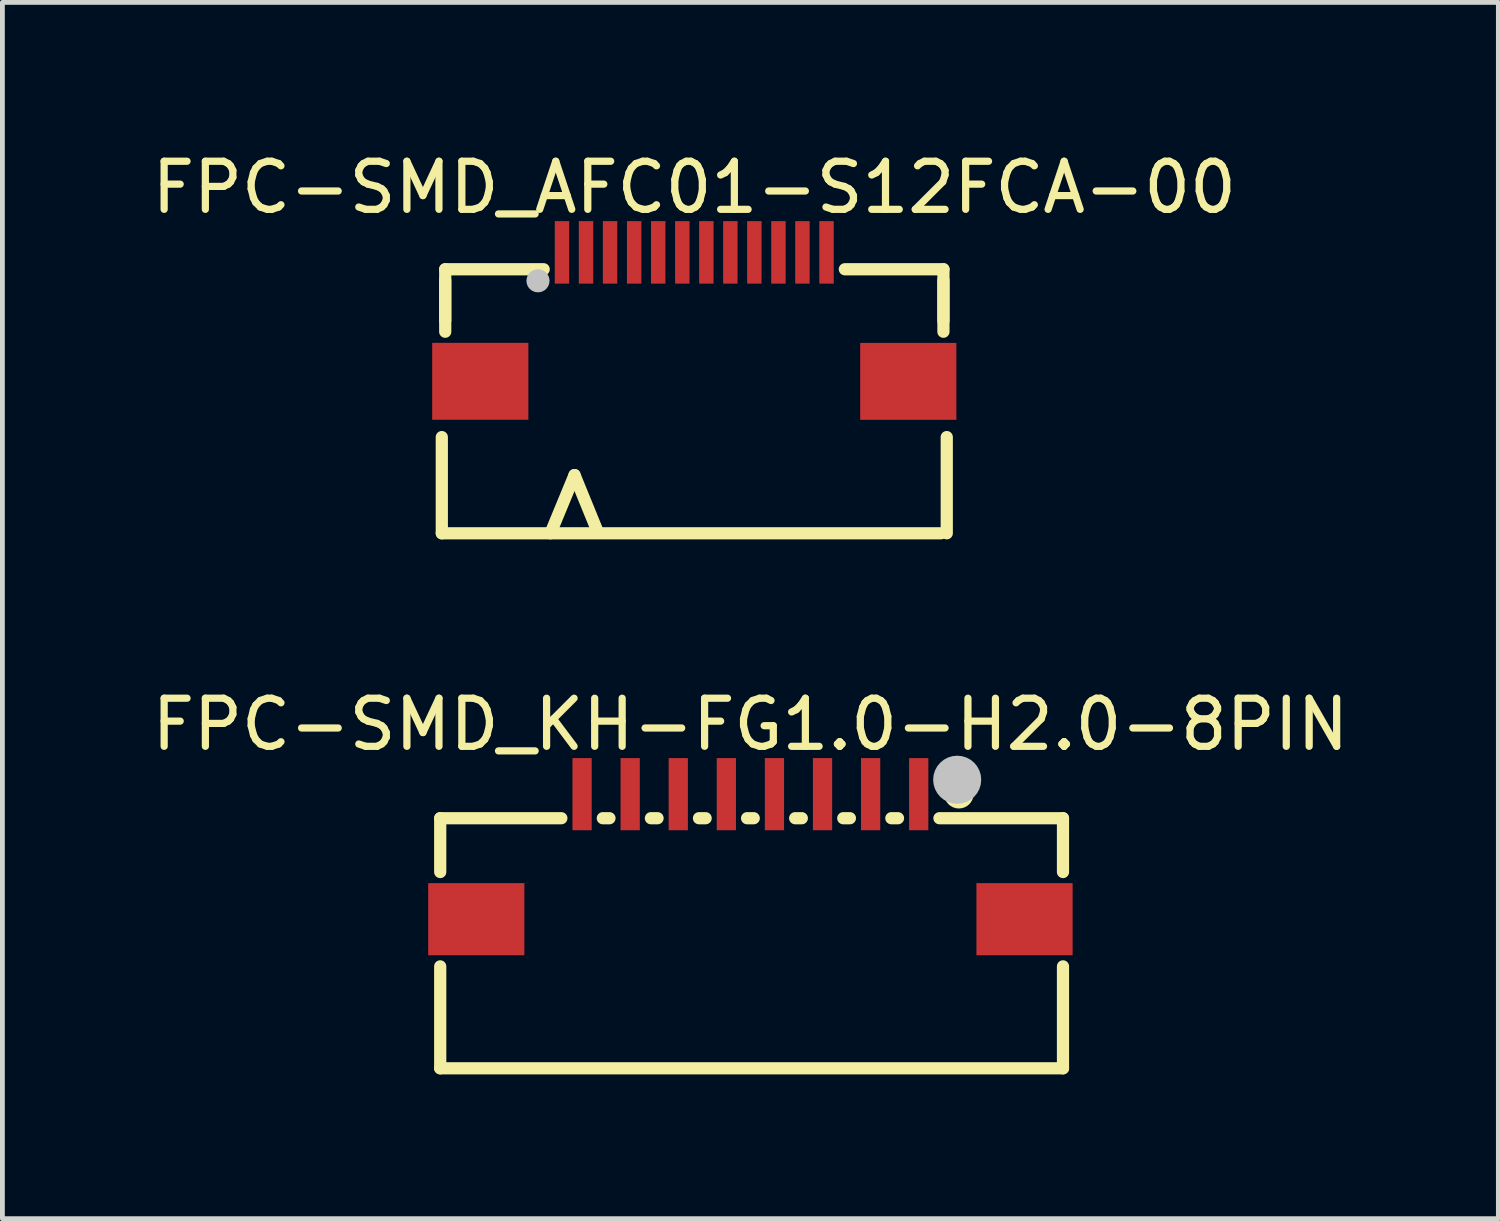
<source format=kicad_pcb>
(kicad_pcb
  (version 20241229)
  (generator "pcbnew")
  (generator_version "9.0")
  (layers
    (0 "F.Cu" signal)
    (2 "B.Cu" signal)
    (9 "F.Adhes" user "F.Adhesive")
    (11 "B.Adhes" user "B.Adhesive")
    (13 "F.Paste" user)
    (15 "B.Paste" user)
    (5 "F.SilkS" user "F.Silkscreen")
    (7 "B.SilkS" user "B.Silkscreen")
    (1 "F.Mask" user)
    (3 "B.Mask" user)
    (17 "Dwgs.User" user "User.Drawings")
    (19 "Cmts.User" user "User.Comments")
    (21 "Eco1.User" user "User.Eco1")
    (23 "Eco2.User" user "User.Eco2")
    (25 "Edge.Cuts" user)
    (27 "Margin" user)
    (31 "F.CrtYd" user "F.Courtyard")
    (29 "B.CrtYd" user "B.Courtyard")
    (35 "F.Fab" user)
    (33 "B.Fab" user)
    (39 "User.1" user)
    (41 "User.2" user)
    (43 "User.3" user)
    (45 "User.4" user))
  (footprint "FPC-SMD_AFC01-S12FCA-00"
    (layer "F.Cu")
    (at 11.387 3.539)
    (property "Reference" "FPC-SMD_AFC01-S12FCA-00" (at 0 -2.691 0) (unlocked yes) (layer "F.SilkS") (effects (font (size 1 1) (thickness 0.15))))
    (fp_line (start -5.25 2.5) (end -5.25 4.5) (stroke (width 0.254) (type default)) (layer "F.SilkS"))
    (fp_line (start -5.25 4.5) (end 5.13 4.5) (stroke (width 0.254) (type default)) (layer "F.SilkS"))
    (fp_line (start -5.179 -0.99) (end -5.179 0.08) (stroke (width 0.254) (type default)) (layer "F.SilkS"))
    (fp_line (start -5.179 -0.99) (end -3.132 -0.99) (stroke (width 0.254) (type default)) (layer "F.SilkS"))
    (fp_line (start -5.179 -0.76) (end -5.179 0.309) (stroke (width 0.254) (type default)) (layer "F.SilkS"))
    (fp_line (start -2.49 3.29) (end -2.99 4.5) (stroke (width 0.254) (type default)) (layer "F.SilkS"))
    (fp_line (start -2 4.49) (end -2.49 3.29) (stroke (width 0.254) (type default)) (layer "F.SilkS"))
    (fp_line (start 3.131 -0.99) (end 5.181 -0.99) (stroke (width 0.254) (type default)) (layer "F.SilkS"))
    (fp_line (start 5.181 -0.99) (end 5.181 0.08) (stroke (width 0.254) (type default)) (layer "F.SilkS"))
    (fp_line (start 5.181 -0.76) (end 5.181 0.309) (stroke (width 0.254) (type default)) (layer "F.SilkS"))
    (fp_line (start 5.25 2.5) (end 5.25 4.5) (stroke (width 0.254) (type default)) (layer "F.SilkS"))
    (fp_circle (center -3.25 -0.75) (end -3.13 -0.75) (stroke (width 0.24) (type default)) (fill no) (layer "Dwgs.User"))
    (fp_poly (pts (xy -5.2 0.84) (xy -3.7 0.84) (xy -3.7 1.84) (xy -5.2 1.84)) (stroke (width 0.1) (type default)) (fill no) (layer "User.1"))
    (fp_poly (pts (xy -2.85 -0.99) (xy -2.85 -1.69) (xy -2.651 -1.69) (xy -2.651 -0.99)) (stroke (width 0.1) (type default)) (fill no) (layer "User.1"))
    (fp_poly (pts (xy -2.85 -0.98) (xy -2.85 -1) (xy -2.651 -1) (xy -2.651 -0.98)) (stroke (width 0.1) (type default)) (fill no) (layer "User.1"))
    (fp_poly (pts (xy -2.351 -0.99) (xy -2.351 -1.69) (xy -2.151 -1.69) (xy -2.151 -0.99)) (stroke (width 0.1) (type default)) (fill no) (layer "User.1"))
    (fp_poly (pts (xy -2.351 -0.98) (xy -2.351 -1) (xy -2.151 -1) (xy -2.151 -0.98)) (stroke (width 0.1) (type default)) (fill no) (layer "User.1"))
    (fp_poly (pts (xy -1.851 -0.99) (xy -1.851 -1.69) (xy -1.651 -1.69) (xy -1.651 -0.99)) (stroke (width 0.1) (type default)) (fill no) (layer "User.1"))
    (fp_poly (pts (xy -1.851 -0.98) (xy -1.851 -1) (xy -1.651 -1) (xy -1.651 -0.98)) (stroke (width 0.1) (type default)) (fill no) (layer "User.1"))
    (fp_poly (pts (xy -1.351 -0.99) (xy -1.351 -1.69) (xy -1.151 -1.69) (xy -1.151 -0.99)) (stroke (width 0.1) (type default)) (fill no) (layer "User.1"))
    (fp_poly (pts (xy -1.351 -0.98) (xy -1.351 -1) (xy -1.151 -1) (xy -1.151 -0.98)) (stroke (width 0.1) (type default)) (fill no) (layer "User.1"))
    (fp_poly (pts (xy -0.85 -0.99) (xy -0.85 -1.69) (xy -0.65 -1.69) (xy -0.65 -0.99)) (stroke (width 0.1) (type default)) (fill no) (layer "User.1"))
    (fp_poly (pts (xy -0.85 -0.98) (xy -0.85 -1) (xy -0.65 -1) (xy -0.65 -0.98)) (stroke (width 0.1) (type default)) (fill no) (layer "User.1"))
    (fp_poly (pts (xy -0.349 -0.99) (xy -0.349 -1.69) (xy -0.149 -1.69) (xy -0.149 -0.99)) (stroke (width 0.1) (type default)) (fill no) (layer "User.1"))
    (fp_poly (pts (xy -0.349 -0.98) (xy -0.349 -1) (xy -0.149 -1) (xy -0.149 -0.98)) (stroke (width 0.1) (type default)) (fill no) (layer "User.1"))
    (fp_poly (pts (xy 0.15 -0.99) (xy 0.15 -1.69) (xy 0.35 -1.69) (xy 0.35 -0.99)) (stroke (width 0.1) (type default)) (fill no) (layer "User.1"))
    (fp_poly (pts (xy 0.15 -0.98) (xy 0.15 -1) (xy 0.35 -1) (xy 0.35 -0.98)) (stroke (width 0.1) (type default)) (fill no) (layer "User.1"))
    (fp_poly (pts (xy 0.65 -0.99) (xy 0.65 -1.69) (xy 0.85 -1.69) (xy 0.85 -0.99)) (stroke (width 0.1) (type default)) (fill no) (layer "User.1"))
    (fp_poly (pts (xy 0.65 -0.98) (xy 0.65 -1) (xy 0.85 -1) (xy 0.85 -0.98)) (stroke (width 0.1) (type default)) (fill no) (layer "User.1"))
    (fp_poly (pts (xy 1.149 -0.99) (xy 1.149 -1.69) (xy 1.349 -1.69) (xy 1.349 -0.99)) (stroke (width 0.1) (type default)) (fill no) (layer "User.1"))
    (fp_poly (pts (xy 1.149 -0.98) (xy 1.149 -1) (xy 1.349 -1) (xy 1.349 -0.98)) (stroke (width 0.1) (type default)) (fill no) (layer "User.1"))
    (fp_poly (pts (xy 1.649 -0.99) (xy 1.649 -1.69) (xy 1.849 -1.69) (xy 1.849 -0.99)) (stroke (width 0.1) (type default)) (fill no) (layer "User.1"))
    (fp_poly (pts (xy 1.649 -0.98) (xy 1.649 -1) (xy 1.849 -1) (xy 1.849 -0.98)) (stroke (width 0.1) (type default)) (fill no) (layer "User.1"))
    (fp_poly (pts (xy 2.15 -0.99) (xy 2.15 -1.69) (xy 2.349 -1.69) (xy 2.349 -0.99)) (stroke (width 0.1) (type default)) (fill no) (layer "User.1"))
    (fp_poly (pts (xy 2.15 -0.98) (xy 2.15 -1) (xy 2.349 -1) (xy 2.349 -0.98)) (stroke (width 0.1) (type default)) (fill no) (layer "User.1"))
    (fp_poly (pts (xy 2.65 -0.99) (xy 2.65 -1.69) (xy 2.85 -1.69) (xy 2.85 -0.99)) (stroke (width 0.1) (type default)) (fill no) (layer "User.1"))
    (fp_poly (pts (xy 2.65 -0.98) (xy 2.65 -1) (xy 2.85 -1) (xy 2.85 -0.98)) (stroke (width 0.1) (type default)) (fill no) (layer "User.1"))
    (fp_poly (pts (xy 5.2 1.841) (xy 3.7 1.841) (xy 3.7 0.841) (xy 5.2 0.841)) (stroke (width 0.1) (type default)) (fill no) (layer "User.1"))
    (fp_line (start -5.2 -0.99) (end 5.2 -0.99) (stroke (width 0.051) (type default)) (layer "User.2"))
    (fp_line (start -5.2 4.41) (end -5.2 -0.99) (stroke (width 0.051) (type default)) (layer "User.2"))
    (fp_line (start 5.2 -0.99) (end 5.2 4.41) (stroke (width 0.051) (type default)) (layer "User.2"))
    (fp_line (start 5.2 4.41) (end -5.2 4.41) (stroke (width 0.051) (type default)) (layer "User.2"))
    (fp_poly (pts (xy -5.14 -1.69) (xy -5.158 -1.732) (xy -5.2 -1.75) (xy -5.242 -1.732) (xy -5.26 -1.69) (xy -5.242 -1.648) (xy -5.2 -1.63) (xy -5.158 -1.648)) (stroke (width 0.1) (type default)) (fill no) (layer "User.3"))
    (pad "1" smd rect (at -2.751 -1.341) (size 0.3 1.3) (layers "F.Cu" "F.Mask" "F.Paste"))
    (pad "2" smd rect (at -2.251 -1.341) (size 0.3 1.3) (layers "F.Cu" "F.Mask" "F.Paste"))
    (pad "3" smd rect (at -1.751 -1.341) (size 0.3 1.3) (layers "F.Cu" "F.Mask" "F.Paste"))
    (pad "4" smd rect (at -1.25 -1.341) (size 0.3 1.3) (layers "F.Cu" "F.Mask" "F.Paste"))
    (pad "5" smd rect (at -0.75 -1.341) (size 0.3 1.3) (layers "F.Cu" "F.Mask" "F.Paste"))
    (pad "6" smd rect (at -0.249 -1.341) (size 0.3 1.3) (layers "F.Cu" "F.Mask" "F.Paste"))
    (pad "7" smd rect (at 0.251 -1.341) (size 0.3 1.3) (layers "F.Cu" "F.Mask" "F.Paste"))
    (pad "8" smd rect (at 0.75 -1.341) (size 0.3 1.3) (layers "F.Cu" "F.Mask" "F.Paste"))
    (pad "9" smd rect (at 1.249 -1.341) (size 0.3 1.3) (layers "F.Cu" "F.Mask" "F.Paste"))
    (pad "10" smd rect (at 1.75 -1.341) (size 0.3 1.3) (layers "F.Cu" "F.Mask" "F.Paste"))
    (pad "11" smd rect (at 2.249 -1.341) (size 0.3 1.3) (layers "F.Cu" "F.Mask" "F.Paste"))
    (pad "12" smd rect (at 2.75 -1.341) (size 0.3 1.3) (layers "F.Cu" "F.Mask" "F.Paste"))
    (pad "13" smd rect (at -4.45 1.34) (size 2 1.6) (layers "F.Cu" "F.Mask" "F.Paste"))
    (pad "14" smd rect (at 4.45 1.341 180) (size 2 1.6) (layers "F.Cu" "F.Mask" "F.Paste")))
  (footprint "FPC-SMD_KH-FG1.0-H2.0-8PIN"
    (layer "F.Cu")
    (at 12.554 14.764)
    (property "Reference" "FPC-SMD_KH-FG1.0-H2.0-8PIN" (at 0 -2.75 0) (unlocked yes) (layer "F.SilkS") (effects (font (size 1 1) (thickness 0.15))))
    (fp_line (start -6.45 -0.8) (end -6.45 0.319) (stroke (width 0.254) (type default)) (layer "F.SilkS"))
    (fp_line (start -6.45 -0.8) (end -3.931 -0.8) (stroke (width 0.254) (type default)) (layer "F.SilkS"))
    (fp_line (start -6.45 2.281) (end -6.45 4.4) (stroke (width 0.254) (type default)) (layer "F.SilkS"))
    (fp_line (start -6.45 4.4) (end 6.5 4.4) (stroke (width 0.254) (type default)) (layer "F.SilkS"))
    (fp_line (start -2.931 -0.8) (end -3.069 -0.8) (stroke (width 0.254) (type default)) (layer "F.SilkS"))
    (fp_line (start -1.931 -0.8) (end -2.069 -0.8) (stroke (width 0.254) (type default)) (layer "F.SilkS"))
    (fp_line (start -0.931 -0.8) (end -1.069 -0.8) (stroke (width 0.254) (type default)) (layer "F.SilkS"))
    (fp_line (start 0.069 -0.8) (end -0.069 -0.8) (stroke (width 0.254) (type default)) (layer "F.SilkS"))
    (fp_line (start 1.069 -0.8) (end 0.931 -0.8) (stroke (width 0.254) (type default)) (layer "F.SilkS"))
    (fp_line (start 2.069 -0.8) (end 1.931 -0.8) (stroke (width 0.254) (type default)) (layer "F.SilkS"))
    (fp_line (start 3.069 -0.8) (end 2.931 -0.8) (stroke (width 0.254) (type default)) (layer "F.SilkS"))
    (fp_line (start 6.5 -0.8) (end 3.931 -0.8) (stroke (width 0.254) (type default)) (layer "F.SilkS"))
    (fp_line (start 6.5 0.319) (end 6.5 -0.8) (stroke (width 0.254) (type default)) (layer "F.SilkS"))
    (fp_line (start 6.5 4.4) (end 6.5 2.281) (stroke (width 0.254) (type default)) (layer "F.SilkS"))
    (fp_circle (center 4.335 -1.308) (end 4.514 -1.308) (stroke (width 0.254) (type default)) (fill no) (layer "F.SilkS"))
    (fp_circle (center 4.3 -1.6) (end 4.55 -1.6) (stroke (width 0.5) (type default)) (fill no) (layer "Dwgs.User"))
    (fp_poly (pts (xy -5 1.8) (xy -6.4 1.8) (xy -6.4 0.8) (xy -5 0.8)) (stroke (width 0.1) (type default)) (fill no) (layer "User.1"))
    (fp_poly (pts (xy -3.4 -0.6) (xy -3.6 -0.6) (xy -3.6 -1.6) (xy -3.4 -1.6)) (stroke (width 0.1) (type default)) (fill no) (layer "User.1"))
    (fp_poly (pts (xy -2.4 -0.6) (xy -2.6 -0.6) (xy -2.6 -1.6) (xy -2.4 -1.6)) (stroke (width 0.1) (type default)) (fill no) (layer "User.1"))
    (fp_poly (pts (xy -1.4 -0.6) (xy -1.6 -0.6) (xy -1.6 -1.6) (xy -1.4 -1.6)) (stroke (width 0.1) (type default)) (fill no) (layer "User.1"))
    (fp_poly (pts (xy -0.4 -0.6) (xy -0.6 -0.6) (xy -0.6 -1.6) (xy -0.4 -1.6)) (stroke (width 0.1) (type default)) (fill no) (layer "User.1"))
    (fp_poly (pts (xy 0.6 -0.6) (xy 0.4 -0.6) (xy 0.4 -1.6) (xy 0.6 -1.6)) (stroke (width 0.1) (type default)) (fill no) (layer "User.1"))
    (fp_poly (pts (xy 1.6 -0.6) (xy 1.4 -0.6) (xy 1.4 -1.6) (xy 1.6 -1.6)) (stroke (width 0.1) (type default)) (fill no) (layer "User.1"))
    (fp_poly (pts (xy 2.6 -0.6) (xy 2.4 -0.6) (xy 2.4 -1.6) (xy 2.6 -1.6)) (stroke (width 0.1) (type default)) (fill no) (layer "User.1"))
    (fp_poly (pts (xy 3.6 -0.6) (xy 3.4 -0.6) (xy 3.4 -1.6) (xy 3.6 -1.6)) (stroke (width 0.1) (type default)) (fill no) (layer "User.1"))
    (fp_poly (pts (xy 6.4 1.8) (xy 5 1.8) (xy 5 0.8) (xy 6.4 0.8)) (stroke (width 0.1) (type default)) (fill no) (layer "User.1"))
    (fp_line (start -6.45 -0.75) (end 6.45 -0.75) (stroke (width 0.051) (type default)) (layer "User.2"))
    (fp_line (start -6.45 4.401) (end -6.45 -0.75) (stroke (width 0.051) (type default)) (layer "User.2"))
    (fp_line (start 6.45 -0.75) (end 6.45 4.401) (stroke (width 0.051) (type default)) (layer "User.2"))
    (fp_line (start 6.45 4.401) (end -6.45 4.401) (stroke (width 0.051) (type default)) (layer "User.2"))
    (fp_poly (pts (xy 6.51 -1.6) (xy 6.492 -1.642) (xy 6.45 -1.66) (xy 6.408 -1.642) (xy 6.39 -1.6) (xy 6.408 -1.558) (xy 6.45 -1.54) (xy 6.492 -1.558)) (stroke (width 0.1) (type default)) (fill no) (layer "User.3"))
    (pad "1" smd rect (at 3.5 -1.3 180) (size 0.4 1.5) (layers "F.Cu" "F.Mask" "F.Paste"))
    (pad "2" smd rect (at 2.5 -1.3 180) (size 0.4 1.5) (layers "F.Cu" "F.Mask" "F.Paste"))
    (pad "3" smd rect (at 1.5 -1.3 180) (size 0.4 1.5) (layers "F.Cu" "F.Mask" "F.Paste"))
    (pad "4" smd rect (at 0.5 -1.3 180) (size 0.4 1.5) (layers "F.Cu" "F.Mask" "F.Paste"))
    (pad "5" smd rect (at -0.5 -1.3 180) (size 0.4 1.5) (layers "F.Cu" "F.Mask" "F.Paste"))
    (pad "6" smd rect (at -1.5 -1.3 180) (size 0.4 1.5) (layers "F.Cu" "F.Mask" "F.Paste"))
    (pad "7" smd rect (at -2.5 -1.3 180) (size 0.4 1.5) (layers "F.Cu" "F.Mask" "F.Paste"))
    (pad "8" smd rect (at -3.5 -1.3 180) (size 0.4 1.5) (layers "F.Cu" "F.Mask" "F.Paste"))
    (pad "9" smd rect (at -5.7 1.3 180) (size 2 1.5) (layers "F.Cu" "F.Mask" "F.Paste"))
    (pad "10" smd rect (at 5.7 1.3 180) (size 2 1.5) (layers "F.Cu" "F.Mask" "F.Paste")))
  (gr_rect
    (start -3 -3)
    (end 28.107 22.291)
    (stroke (width 0.1) (type default))
    (fill no)
    (layer "Edge.Cuts")))
</source>
